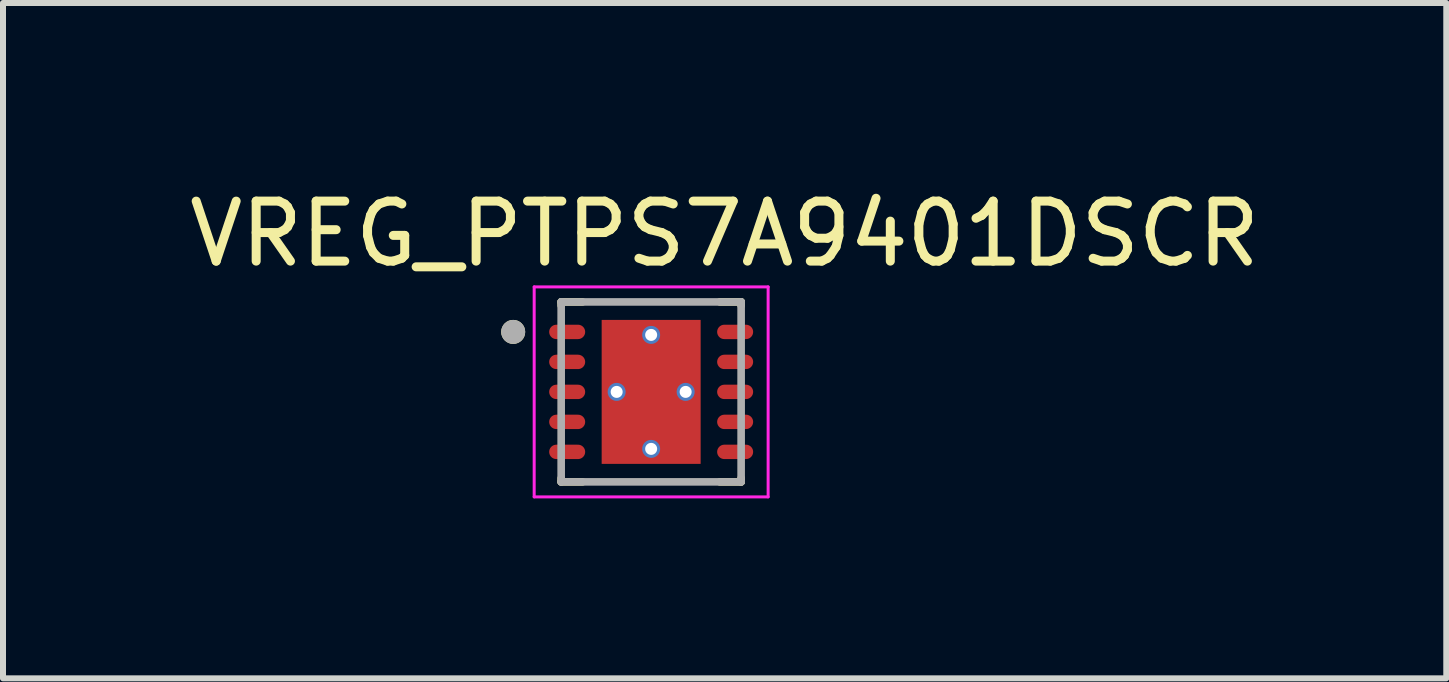
<source format=kicad_pcb>
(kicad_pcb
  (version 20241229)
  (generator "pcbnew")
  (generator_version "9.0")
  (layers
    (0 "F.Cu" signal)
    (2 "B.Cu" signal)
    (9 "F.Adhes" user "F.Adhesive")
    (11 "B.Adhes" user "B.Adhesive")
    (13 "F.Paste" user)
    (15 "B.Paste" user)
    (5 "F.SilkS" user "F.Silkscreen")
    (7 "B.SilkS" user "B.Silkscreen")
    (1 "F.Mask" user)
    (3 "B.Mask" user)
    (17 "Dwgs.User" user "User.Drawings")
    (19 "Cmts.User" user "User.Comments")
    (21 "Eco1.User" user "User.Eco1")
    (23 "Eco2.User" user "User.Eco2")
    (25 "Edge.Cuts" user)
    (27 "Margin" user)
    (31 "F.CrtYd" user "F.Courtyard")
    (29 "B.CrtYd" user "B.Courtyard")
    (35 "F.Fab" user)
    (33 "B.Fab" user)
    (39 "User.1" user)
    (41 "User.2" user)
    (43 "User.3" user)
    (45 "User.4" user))
  (footprint "VREG_PTPS7A9401DSCR"
    (layer "F.Cu")
    (at 7.805 3.483)
    (property "Reference" "VREG_PTPS7A9401DSCR" (at 1.225 -2.635 0) (layer "F.SilkS") (effects (font (size 1 1) (thickness 0.15))))
    (attr smd)
    (fp_poly (pts (xy -0.895 -1.27) (xy 0.895 -1.27) (xy 0.895 1.27) (xy -0.895 1.27)) (stroke (width 0.01) (type solid)) (fill yes) (layer "F.Mask"))
    (fp_poly (pts (xy -1.58 -1.19) (xy -1.22 -1.19) (xy -1.21 -1.19) (xy -1.2 -1.189) (xy -1.19 -1.188) (xy -1.18 -1.186) (xy -1.171 -1.184) (xy -1.161 -1.181) (xy -1.152 -1.177) (xy -1.143 -1.174) (xy -1.134 -1.169) (xy -1.125 -1.165) (xy -1.117 -1.159) (xy -1.108 -1.154) (xy -1.1 -1.148) (xy -1.093 -1.141) (xy -1.086 -1.134) (xy -1.079 -1.127) (xy -1.072 -1.12) (xy -1.066 -1.112) (xy -1.061 -1.103) (xy -1.055 -1.095) (xy -1.051 -1.086) (xy -1.046 -1.077) (xy -1.043 -1.068) (xy -1.039 -1.059) (xy -1.036 -1.049) (xy -1.034 -1.04) (xy -1.032 -1.03) (xy -1.031 -1.02) (xy -1.03 -1.01) (xy -1.03 -1) (xy -1.03 -0.99) (xy -1.031 -0.98) (xy -1.032 -0.97) (xy -1.034 -0.96) (xy -1.036 -0.951) (xy -1.039 -0.941) (xy -1.043 -0.932) (xy -1.046 -0.923) (xy -1.051 -0.914) (xy -1.055 -0.905) (xy -1.061 -0.897) (xy -1.066 -0.888) (xy -1.072 -0.88) (xy -1.079 -0.873) (xy -1.086 -0.866) (xy -1.093 -0.859) (xy -1.1 -0.852) (xy -1.108 -0.846) (xy -1.117 -0.841) (xy -1.125 -0.835) (xy -1.134 -0.831) (xy -1.143 -0.826) (xy -1.152 -0.823) (xy -1.161 -0.819) (xy -1.171 -0.816) (xy -1.18 -0.814) (xy -1.19 -0.812) (xy -1.2 -0.811) (xy -1.21 -0.81) (xy -1.22 -0.81) (xy -1.58 -0.81) (xy -1.59 -0.81) (xy -1.6 -0.811) (xy -1.61 -0.812) (xy -1.62 -0.814) (xy -1.629 -0.816) (xy -1.639 -0.819) (xy -1.648 -0.823) (xy -1.657 -0.826) (xy -1.666 -0.831) (xy -1.675 -0.835) (xy -1.683 -0.841) (xy -1.692 -0.846) (xy -1.7 -0.852) (xy -1.707 -0.859) (xy -1.714 -0.866) (xy -1.721 -0.873) (xy -1.728 -0.88) (xy -1.734 -0.888) (xy -1.739 -0.897) (xy -1.745 -0.905) (xy -1.749 -0.914) (xy -1.754 -0.923) (xy -1.757 -0.932) (xy -1.761 -0.941) (xy -1.764 -0.951) (xy -1.766 -0.96) (xy -1.768 -0.97) (xy -1.769 -0.98) (xy -1.77 -0.99) (xy -1.77 -1) (xy -1.77 -1.01) (xy -1.769 -1.02) (xy -1.768 -1.03) (xy -1.766 -1.04) (xy -1.764 -1.049) (xy -1.761 -1.059) (xy -1.757 -1.068) (xy -1.754 -1.077) (xy -1.749 -1.086) (xy -1.745 -1.095) (xy -1.739 -1.103) (xy -1.734 -1.112) (xy -1.728 -1.12) (xy -1.721 -1.127) (xy -1.714 -1.134) (xy -1.707 -1.141) (xy -1.7 -1.148) (xy -1.692 -1.154) (xy -1.683 -1.159) (xy -1.675 -1.165) (xy -1.666 -1.169) (xy -1.657 -1.174) (xy -1.648 -1.177) (xy -1.639 -1.181) (xy -1.629 -1.184) (xy -1.62 -1.186) (xy -1.61 -1.188) (xy -1.6 -1.189) (xy -1.59 -1.19) (xy -1.58 -1.19)) (stroke (width 0.01) (type solid)) (fill yes) (layer "F.Mask"))
    (fp_poly (pts (xy -1.58 -0.69) (xy -1.22 -0.69) (xy -1.21 -0.69) (xy -1.2 -0.689) (xy -1.19 -0.688) (xy -1.18 -0.686) (xy -1.171 -0.684) (xy -1.161 -0.681) (xy -1.152 -0.677) (xy -1.143 -0.674) (xy -1.134 -0.669) (xy -1.125 -0.665) (xy -1.117 -0.659) (xy -1.108 -0.654) (xy -1.1 -0.648) (xy -1.093 -0.641) (xy -1.086 -0.634) (xy -1.079 -0.627) (xy -1.072 -0.62) (xy -1.066 -0.612) (xy -1.061 -0.603) (xy -1.055 -0.595) (xy -1.051 -0.586) (xy -1.046 -0.577) (xy -1.043 -0.568) (xy -1.039 -0.559) (xy -1.036 -0.549) (xy -1.034 -0.54) (xy -1.032 -0.53) (xy -1.031 -0.52) (xy -1.03 -0.51) (xy -1.03 -0.5) (xy -1.03 -0.49) (xy -1.031 -0.48) (xy -1.032 -0.47) (xy -1.034 -0.46) (xy -1.036 -0.451) (xy -1.039 -0.441) (xy -1.043 -0.432) (xy -1.046 -0.423) (xy -1.051 -0.414) (xy -1.055 -0.405) (xy -1.061 -0.397) (xy -1.066 -0.388) (xy -1.072 -0.38) (xy -1.079 -0.373) (xy -1.086 -0.366) (xy -1.093 -0.359) (xy -1.1 -0.352) (xy -1.108 -0.346) (xy -1.117 -0.341) (xy -1.125 -0.335) (xy -1.134 -0.331) (xy -1.143 -0.326) (xy -1.152 -0.323) (xy -1.161 -0.319) (xy -1.171 -0.316) (xy -1.18 -0.314) (xy -1.19 -0.312) (xy -1.2 -0.311) (xy -1.21 -0.31) (xy -1.22 -0.31) (xy -1.58 -0.31) (xy -1.59 -0.31) (xy -1.6 -0.311) (xy -1.61 -0.312) (xy -1.62 -0.314) (xy -1.629 -0.316) (xy -1.639 -0.319) (xy -1.648 -0.323) (xy -1.657 -0.326) (xy -1.666 -0.331) (xy -1.675 -0.335) (xy -1.683 -0.341) (xy -1.692 -0.346) (xy -1.7 -0.352) (xy -1.707 -0.359) (xy -1.714 -0.366) (xy -1.721 -0.373) (xy -1.728 -0.38) (xy -1.734 -0.388) (xy -1.739 -0.397) (xy -1.745 -0.405) (xy -1.749 -0.414) (xy -1.754 -0.423) (xy -1.757 -0.432) (xy -1.761 -0.441) (xy -1.764 -0.451) (xy -1.766 -0.46) (xy -1.768 -0.47) (xy -1.769 -0.48) (xy -1.77 -0.49) (xy -1.77 -0.5) (xy -1.77 -0.51) (xy -1.769 -0.52) (xy -1.768 -0.53) (xy -1.766 -0.54) (xy -1.764 -0.549) (xy -1.761 -0.559) (xy -1.757 -0.568) (xy -1.754 -0.577) (xy -1.749 -0.586) (xy -1.745 -0.595) (xy -1.739 -0.603) (xy -1.734 -0.612) (xy -1.728 -0.62) (xy -1.721 -0.627) (xy -1.714 -0.634) (xy -1.707 -0.641) (xy -1.7 -0.648) (xy -1.692 -0.654) (xy -1.683 -0.659) (xy -1.675 -0.665) (xy -1.666 -0.669) (xy -1.657 -0.674) (xy -1.648 -0.677) (xy -1.639 -0.681) (xy -1.629 -0.684) (xy -1.62 -0.686) (xy -1.61 -0.688) (xy -1.6 -0.689) (xy -1.59 -0.69) (xy -1.58 -0.69)) (stroke (width 0.01) (type solid)) (fill yes) (layer "F.Mask"))
    (fp_poly (pts (xy -1.58 -0.19) (xy -1.22 -0.19) (xy -1.21 -0.19) (xy -1.2 -0.189) (xy -1.19 -0.188) (xy -1.18 -0.186) (xy -1.171 -0.184) (xy -1.161 -0.181) (xy -1.152 -0.177) (xy -1.143 -0.174) (xy -1.134 -0.169) (xy -1.125 -0.165) (xy -1.117 -0.159) (xy -1.108 -0.154) (xy -1.1 -0.148) (xy -1.093 -0.141) (xy -1.086 -0.134) (xy -1.079 -0.127) (xy -1.072 -0.12) (xy -1.066 -0.112) (xy -1.061 -0.103) (xy -1.055 -0.095) (xy -1.051 -0.086) (xy -1.046 -0.077) (xy -1.043 -0.068) (xy -1.039 -0.059) (xy -1.036 -0.049) (xy -1.034 -0.04) (xy -1.032 -0.03) (xy -1.031 -0.02) (xy -1.03 -0.01) (xy -1.03 0) (xy -1.03 0.01) (xy -1.031 0.02) (xy -1.032 0.03) (xy -1.034 0.04) (xy -1.036 0.049) (xy -1.039 0.059) (xy -1.043 0.068) (xy -1.046 0.077) (xy -1.051 0.086) (xy -1.055 0.095) (xy -1.061 0.103) (xy -1.066 0.112) (xy -1.072 0.12) (xy -1.079 0.127) (xy -1.086 0.134) (xy -1.093 0.141) (xy -1.1 0.148) (xy -1.108 0.154) (xy -1.117 0.159) (xy -1.125 0.165) (xy -1.134 0.169) (xy -1.143 0.174) (xy -1.152 0.177) (xy -1.161 0.181) (xy -1.171 0.184) (xy -1.18 0.186) (xy -1.19 0.188) (xy -1.2 0.189) (xy -1.21 0.19) (xy -1.22 0.19) (xy -1.58 0.19) (xy -1.59 0.19) (xy -1.6 0.189) (xy -1.61 0.188) (xy -1.62 0.186) (xy -1.629 0.184) (xy -1.639 0.181) (xy -1.648 0.177) (xy -1.657 0.174) (xy -1.666 0.169) (xy -1.675 0.165) (xy -1.683 0.159) (xy -1.692 0.154) (xy -1.7 0.148) (xy -1.707 0.141) (xy -1.714 0.134) (xy -1.721 0.127) (xy -1.728 0.12) (xy -1.734 0.112) (xy -1.739 0.103) (xy -1.745 0.095) (xy -1.749 0.086) (xy -1.754 0.077) (xy -1.757 0.068) (xy -1.761 0.059) (xy -1.764 0.049) (xy -1.766 0.04) (xy -1.768 0.03) (xy -1.769 0.02) (xy -1.77 0.01) (xy -1.77 0) (xy -1.77 -0.01) (xy -1.769 -0.02) (xy -1.768 -0.03) (xy -1.766 -0.04) (xy -1.764 -0.049) (xy -1.761 -0.059) (xy -1.757 -0.068) (xy -1.754 -0.077) (xy -1.749 -0.086) (xy -1.745 -0.095) (xy -1.739 -0.103) (xy -1.734 -0.112) (xy -1.728 -0.12) (xy -1.721 -0.127) (xy -1.714 -0.134) (xy -1.707 -0.141) (xy -1.7 -0.148) (xy -1.692 -0.154) (xy -1.683 -0.159) (xy -1.675 -0.165) (xy -1.666 -0.169) (xy -1.657 -0.174) (xy -1.648 -0.177) (xy -1.639 -0.181) (xy -1.629 -0.184) (xy -1.62 -0.186) (xy -1.61 -0.188) (xy -1.6 -0.189) (xy -1.59 -0.19) (xy -1.58 -0.19)) (stroke (width 0.01) (type solid)) (fill yes) (layer "F.Mask"))
    (fp_poly (pts (xy -1.58 0.31) (xy -1.22 0.31) (xy -1.21 0.31) (xy -1.2 0.311) (xy -1.19 0.312) (xy -1.18 0.314) (xy -1.171 0.316) (xy -1.161 0.319) (xy -1.152 0.323) (xy -1.143 0.326) (xy -1.134 0.331) (xy -1.125 0.335) (xy -1.117 0.341) (xy -1.108 0.346) (xy -1.1 0.352) (xy -1.093 0.359) (xy -1.086 0.366) (xy -1.079 0.373) (xy -1.072 0.38) (xy -1.066 0.388) (xy -1.061 0.397) (xy -1.055 0.405) (xy -1.051 0.414) (xy -1.046 0.423) (xy -1.043 0.432) (xy -1.039 0.441) (xy -1.036 0.451) (xy -1.034 0.46) (xy -1.032 0.47) (xy -1.031 0.48) (xy -1.03 0.49) (xy -1.03 0.5) (xy -1.03 0.51) (xy -1.031 0.52) (xy -1.032 0.53) (xy -1.034 0.54) (xy -1.036 0.549) (xy -1.039 0.559) (xy -1.043 0.568) (xy -1.046 0.577) (xy -1.051 0.586) (xy -1.055 0.595) (xy -1.061 0.603) (xy -1.066 0.612) (xy -1.072 0.62) (xy -1.079 0.627) (xy -1.086 0.634) (xy -1.093 0.641) (xy -1.1 0.648) (xy -1.108 0.654) (xy -1.117 0.659) (xy -1.125 0.665) (xy -1.134 0.669) (xy -1.143 0.674) (xy -1.152 0.677) (xy -1.161 0.681) (xy -1.171 0.684) (xy -1.18 0.686) (xy -1.19 0.688) (xy -1.2 0.689) (xy -1.21 0.69) (xy -1.22 0.69) (xy -1.58 0.69) (xy -1.59 0.69) (xy -1.6 0.689) (xy -1.61 0.688) (xy -1.62 0.686) (xy -1.629 0.684) (xy -1.639 0.681) (xy -1.648 0.677) (xy -1.657 0.674) (xy -1.666 0.669) (xy -1.675 0.665) (xy -1.683 0.659) (xy -1.692 0.654) (xy -1.7 0.648) (xy -1.707 0.641) (xy -1.714 0.634) (xy -1.721 0.627) (xy -1.728 0.62) (xy -1.734 0.612) (xy -1.739 0.603) (xy -1.745 0.595) (xy -1.749 0.586) (xy -1.754 0.577) (xy -1.757 0.568) (xy -1.761 0.559) (xy -1.764 0.549) (xy -1.766 0.54) (xy -1.768 0.53) (xy -1.769 0.52) (xy -1.77 0.51) (xy -1.77 0.5) (xy -1.77 0.49) (xy -1.769 0.48) (xy -1.768 0.47) (xy -1.766 0.46) (xy -1.764 0.451) (xy -1.761 0.441) (xy -1.757 0.432) (xy -1.754 0.423) (xy -1.749 0.414) (xy -1.745 0.405) (xy -1.739 0.397) (xy -1.734 0.388) (xy -1.728 0.38) (xy -1.721 0.373) (xy -1.714 0.366) (xy -1.707 0.359) (xy -1.7 0.352) (xy -1.692 0.346) (xy -1.683 0.341) (xy -1.675 0.335) (xy -1.666 0.331) (xy -1.657 0.326) (xy -1.648 0.323) (xy -1.639 0.319) (xy -1.629 0.316) (xy -1.62 0.314) (xy -1.61 0.312) (xy -1.6 0.311) (xy -1.59 0.31) (xy -1.58 0.31)) (stroke (width 0.01) (type solid)) (fill yes) (layer "F.Mask"))
    (fp_poly (pts (xy -1.58 0.81) (xy -1.22 0.81) (xy -1.21 0.81) (xy -1.2 0.811) (xy -1.19 0.812) (xy -1.18 0.814) (xy -1.171 0.816) (xy -1.161 0.819) (xy -1.152 0.823) (xy -1.143 0.826) (xy -1.134 0.831) (xy -1.125 0.835) (xy -1.117 0.841) (xy -1.108 0.846) (xy -1.1 0.852) (xy -1.093 0.859) (xy -1.086 0.866) (xy -1.079 0.873) (xy -1.072 0.88) (xy -1.066 0.888) (xy -1.061 0.897) (xy -1.055 0.905) (xy -1.051 0.914) (xy -1.046 0.923) (xy -1.043 0.932) (xy -1.039 0.941) (xy -1.036 0.951) (xy -1.034 0.96) (xy -1.032 0.97) (xy -1.031 0.98) (xy -1.03 0.99) (xy -1.03 1) (xy -1.03 1.01) (xy -1.031 1.02) (xy -1.032 1.03) (xy -1.034 1.04) (xy -1.036 1.049) (xy -1.039 1.059) (xy -1.043 1.068) (xy -1.046 1.077) (xy -1.051 1.086) (xy -1.055 1.095) (xy -1.061 1.103) (xy -1.066 1.112) (xy -1.072 1.12) (xy -1.079 1.127) (xy -1.086 1.134) (xy -1.093 1.141) (xy -1.1 1.148) (xy -1.108 1.154) (xy -1.117 1.159) (xy -1.125 1.165) (xy -1.134 1.169) (xy -1.143 1.174) (xy -1.152 1.177) (xy -1.161 1.181) (xy -1.171 1.184) (xy -1.18 1.186) (xy -1.19 1.188) (xy -1.2 1.189) (xy -1.21 1.19) (xy -1.22 1.19) (xy -1.58 1.19) (xy -1.59 1.19) (xy -1.6 1.189) (xy -1.61 1.188) (xy -1.62 1.186) (xy -1.629 1.184) (xy -1.639 1.181) (xy -1.648 1.177) (xy -1.657 1.174) (xy -1.666 1.169) (xy -1.675 1.165) (xy -1.683 1.159) (xy -1.692 1.154) (xy -1.7 1.148) (xy -1.707 1.141) (xy -1.714 1.134) (xy -1.721 1.127) (xy -1.728 1.12) (xy -1.734 1.112) (xy -1.739 1.103) (xy -1.745 1.095) (xy -1.749 1.086) (xy -1.754 1.077) (xy -1.757 1.068) (xy -1.761 1.059) (xy -1.764 1.049) (xy -1.766 1.04) (xy -1.768 1.03) (xy -1.769 1.02) (xy -1.77 1.01) (xy -1.77 1) (xy -1.77 0.99) (xy -1.769 0.98) (xy -1.768 0.97) (xy -1.766 0.96) (xy -1.764 0.951) (xy -1.761 0.941) (xy -1.757 0.932) (xy -1.754 0.923) (xy -1.749 0.914) (xy -1.745 0.905) (xy -1.739 0.897) (xy -1.734 0.888) (xy -1.728 0.88) (xy -1.721 0.873) (xy -1.714 0.866) (xy -1.707 0.859) (xy -1.7 0.852) (xy -1.692 0.846) (xy -1.683 0.841) (xy -1.675 0.835) (xy -1.666 0.831) (xy -1.657 0.826) (xy -1.648 0.823) (xy -1.639 0.819) (xy -1.629 0.816) (xy -1.62 0.814) (xy -1.61 0.812) (xy -1.6 0.811) (xy -1.59 0.81) (xy -1.58 0.81)) (stroke (width 0.01) (type solid)) (fill yes) (layer "F.Mask"))
    (fp_poly (pts (xy 1.58 -0.81) (xy 1.22 -0.81) (xy 1.21 -0.81) (xy 1.2 -0.811) (xy 1.19 -0.812) (xy 1.18 -0.814) (xy 1.171 -0.816) (xy 1.161 -0.819) (xy 1.152 -0.823) (xy 1.143 -0.826) (xy 1.134 -0.831) (xy 1.125 -0.835) (xy 1.117 -0.841) (xy 1.108 -0.846) (xy 1.1 -0.852) (xy 1.093 -0.859) (xy 1.086 -0.866) (xy 1.079 -0.873) (xy 1.072 -0.88) (xy 1.066 -0.888) (xy 1.061 -0.897) (xy 1.055 -0.905) (xy 1.051 -0.914) (xy 1.046 -0.923) (xy 1.043 -0.932) (xy 1.039 -0.941) (xy 1.036 -0.951) (xy 1.034 -0.96) (xy 1.032 -0.97) (xy 1.031 -0.98) (xy 1.03 -0.99) (xy 1.03 -1) (xy 1.03 -1.01) (xy 1.031 -1.02) (xy 1.032 -1.03) (xy 1.034 -1.04) (xy 1.036 -1.049) (xy 1.039 -1.059) (xy 1.043 -1.068) (xy 1.046 -1.077) (xy 1.051 -1.086) (xy 1.055 -1.095) (xy 1.061 -1.103) (xy 1.066 -1.112) (xy 1.072 -1.12) (xy 1.079 -1.127) (xy 1.086 -1.134) (xy 1.093 -1.141) (xy 1.1 -1.148) (xy 1.108 -1.154) (xy 1.117 -1.159) (xy 1.125 -1.165) (xy 1.134 -1.169) (xy 1.143 -1.174) (xy 1.152 -1.177) (xy 1.161 -1.181) (xy 1.171 -1.184) (xy 1.18 -1.186) (xy 1.19 -1.188) (xy 1.2 -1.189) (xy 1.21 -1.19) (xy 1.22 -1.19) (xy 1.58 -1.19) (xy 1.59 -1.19) (xy 1.6 -1.189) (xy 1.61 -1.188) (xy 1.62 -1.186) (xy 1.629 -1.184) (xy 1.639 -1.181) (xy 1.648 -1.177) (xy 1.657 -1.174) (xy 1.666 -1.169) (xy 1.675 -1.165) (xy 1.683 -1.159) (xy 1.692 -1.154) (xy 1.7 -1.148) (xy 1.707 -1.141) (xy 1.714 -1.134) (xy 1.721 -1.127) (xy 1.728 -1.12) (xy 1.734 -1.112) (xy 1.739 -1.103) (xy 1.745 -1.095) (xy 1.749 -1.086) (xy 1.754 -1.077) (xy 1.757 -1.068) (xy 1.761 -1.059) (xy 1.764 -1.049) (xy 1.766 -1.04) (xy 1.768 -1.03) (xy 1.769 -1.02) (xy 1.77 -1.01) (xy 1.77 -1) (xy 1.77 -0.99) (xy 1.769 -0.98) (xy 1.768 -0.97) (xy 1.766 -0.96) (xy 1.764 -0.951) (xy 1.761 -0.941) (xy 1.757 -0.932) (xy 1.754 -0.923) (xy 1.749 -0.914) (xy 1.745 -0.905) (xy 1.739 -0.897) (xy 1.734 -0.888) (xy 1.728 -0.88) (xy 1.721 -0.873) (xy 1.714 -0.866) (xy 1.707 -0.859) (xy 1.7 -0.852) (xy 1.692 -0.846) (xy 1.683 -0.841) (xy 1.675 -0.835) (xy 1.666 -0.831) (xy 1.657 -0.826) (xy 1.648 -0.823) (xy 1.639 -0.819) (xy 1.629 -0.816) (xy 1.62 -0.814) (xy 1.61 -0.812) (xy 1.6 -0.811) (xy 1.59 -0.81) (xy 1.58 -0.81)) (stroke (width 0.01) (type solid)) (fill yes) (layer "F.Mask"))
    (fp_poly (pts (xy 1.58 -0.31) (xy 1.22 -0.31) (xy 1.21 -0.31) (xy 1.2 -0.311) (xy 1.19 -0.312) (xy 1.18 -0.314) (xy 1.171 -0.316) (xy 1.161 -0.319) (xy 1.152 -0.323) (xy 1.143 -0.326) (xy 1.134 -0.331) (xy 1.125 -0.335) (xy 1.117 -0.341) (xy 1.108 -0.346) (xy 1.1 -0.352) (xy 1.093 -0.359) (xy 1.086 -0.366) (xy 1.079 -0.373) (xy 1.072 -0.38) (xy 1.066 -0.388) (xy 1.061 -0.397) (xy 1.055 -0.405) (xy 1.051 -0.414) (xy 1.046 -0.423) (xy 1.043 -0.432) (xy 1.039 -0.441) (xy 1.036 -0.451) (xy 1.034 -0.46) (xy 1.032 -0.47) (xy 1.031 -0.48) (xy 1.03 -0.49) (xy 1.03 -0.5) (xy 1.03 -0.51) (xy 1.031 -0.52) (xy 1.032 -0.53) (xy 1.034 -0.54) (xy 1.036 -0.549) (xy 1.039 -0.559) (xy 1.043 -0.568) (xy 1.046 -0.577) (xy 1.051 -0.586) (xy 1.055 -0.595) (xy 1.061 -0.603) (xy 1.066 -0.612) (xy 1.072 -0.62) (xy 1.079 -0.627) (xy 1.086 -0.634) (xy 1.093 -0.641) (xy 1.1 -0.648) (xy 1.108 -0.654) (xy 1.117 -0.659) (xy 1.125 -0.665) (xy 1.134 -0.669) (xy 1.143 -0.674) (xy 1.152 -0.677) (xy 1.161 -0.681) (xy 1.171 -0.684) (xy 1.18 -0.686) (xy 1.19 -0.688) (xy 1.2 -0.689) (xy 1.21 -0.69) (xy 1.22 -0.69) (xy 1.58 -0.69) (xy 1.59 -0.69) (xy 1.6 -0.689) (xy 1.61 -0.688) (xy 1.62 -0.686) (xy 1.629 -0.684) (xy 1.639 -0.681) (xy 1.648 -0.677) (xy 1.657 -0.674) (xy 1.666 -0.669) (xy 1.675 -0.665) (xy 1.683 -0.659) (xy 1.692 -0.654) (xy 1.7 -0.648) (xy 1.707 -0.641) (xy 1.714 -0.634) (xy 1.721 -0.627) (xy 1.728 -0.62) (xy 1.734 -0.612) (xy 1.739 -0.603) (xy 1.745 -0.595) (xy 1.749 -0.586) (xy 1.754 -0.577) (xy 1.757 -0.568) (xy 1.761 -0.559) (xy 1.764 -0.549) (xy 1.766 -0.54) (xy 1.768 -0.53) (xy 1.769 -0.52) (xy 1.77 -0.51) (xy 1.77 -0.5) (xy 1.77 -0.49) (xy 1.769 -0.48) (xy 1.768 -0.47) (xy 1.766 -0.46) (xy 1.764 -0.451) (xy 1.761 -0.441) (xy 1.757 -0.432) (xy 1.754 -0.423) (xy 1.749 -0.414) (xy 1.745 -0.405) (xy 1.739 -0.397) (xy 1.734 -0.388) (xy 1.728 -0.38) (xy 1.721 -0.373) (xy 1.714 -0.366) (xy 1.707 -0.359) (xy 1.7 -0.352) (xy 1.692 -0.346) (xy 1.683 -0.341) (xy 1.675 -0.335) (xy 1.666 -0.331) (xy 1.657 -0.326) (xy 1.648 -0.323) (xy 1.639 -0.319) (xy 1.629 -0.316) (xy 1.62 -0.314) (xy 1.61 -0.312) (xy 1.6 -0.311) (xy 1.59 -0.31) (xy 1.58 -0.31)) (stroke (width 0.01) (type solid)) (fill yes) (layer "F.Mask"))
    (fp_poly (pts (xy 1.58 0.19) (xy 1.22 0.19) (xy 1.21 0.19) (xy 1.2 0.189) (xy 1.19 0.188) (xy 1.18 0.186) (xy 1.171 0.184) (xy 1.161 0.181) (xy 1.152 0.177) (xy 1.143 0.174) (xy 1.134 0.169) (xy 1.125 0.165) (xy 1.117 0.159) (xy 1.108 0.154) (xy 1.1 0.148) (xy 1.093 0.141) (xy 1.086 0.134) (xy 1.079 0.127) (xy 1.072 0.12) (xy 1.066 0.112) (xy 1.061 0.103) (xy 1.055 0.095) (xy 1.051 0.086) (xy 1.046 0.077) (xy 1.043 0.068) (xy 1.039 0.059) (xy 1.036 0.049) (xy 1.034 0.04) (xy 1.032 0.03) (xy 1.031 0.02) (xy 1.03 0.01) (xy 1.03 0) (xy 1.03 -0.01) (xy 1.031 -0.02) (xy 1.032 -0.03) (xy 1.034 -0.04) (xy 1.036 -0.049) (xy 1.039 -0.059) (xy 1.043 -0.068) (xy 1.046 -0.077) (xy 1.051 -0.086) (xy 1.055 -0.095) (xy 1.061 -0.103) (xy 1.066 -0.112) (xy 1.072 -0.12) (xy 1.079 -0.127) (xy 1.086 -0.134) (xy 1.093 -0.141) (xy 1.1 -0.148) (xy 1.108 -0.154) (xy 1.117 -0.159) (xy 1.125 -0.165) (xy 1.134 -0.169) (xy 1.143 -0.174) (xy 1.152 -0.177) (xy 1.161 -0.181) (xy 1.171 -0.184) (xy 1.18 -0.186) (xy 1.19 -0.188) (xy 1.2 -0.189) (xy 1.21 -0.19) (xy 1.22 -0.19) (xy 1.58 -0.19) (xy 1.59 -0.19) (xy 1.6 -0.189) (xy 1.61 -0.188) (xy 1.62 -0.186) (xy 1.629 -0.184) (xy 1.639 -0.181) (xy 1.648 -0.177) (xy 1.657 -0.174) (xy 1.666 -0.169) (xy 1.675 -0.165) (xy 1.683 -0.159) (xy 1.692 -0.154) (xy 1.7 -0.148) (xy 1.707 -0.141) (xy 1.714 -0.134) (xy 1.721 -0.127) (xy 1.728 -0.12) (xy 1.734 -0.112) (xy 1.739 -0.103) (xy 1.745 -0.095) (xy 1.749 -0.086) (xy 1.754 -0.077) (xy 1.757 -0.068) (xy 1.761 -0.059) (xy 1.764 -0.049) (xy 1.766 -0.04) (xy 1.768 -0.03) (xy 1.769 -0.02) (xy 1.77 -0.01) (xy 1.77 0) (xy 1.77 0.01) (xy 1.769 0.02) (xy 1.768 0.03) (xy 1.766 0.04) (xy 1.764 0.049) (xy 1.761 0.059) (xy 1.757 0.068) (xy 1.754 0.077) (xy 1.749 0.086) (xy 1.745 0.095) (xy 1.739 0.103) (xy 1.734 0.112) (xy 1.728 0.12) (xy 1.721 0.127) (xy 1.714 0.134) (xy 1.707 0.141) (xy 1.7 0.148) (xy 1.692 0.154) (xy 1.683 0.159) (xy 1.675 0.165) (xy 1.666 0.169) (xy 1.657 0.174) (xy 1.648 0.177) (xy 1.639 0.181) (xy 1.629 0.184) (xy 1.62 0.186) (xy 1.61 0.188) (xy 1.6 0.189) (xy 1.59 0.19) (xy 1.58 0.19)) (stroke (width 0.01) (type solid)) (fill yes) (layer "F.Mask"))
    (fp_poly (pts (xy 1.58 0.69) (xy 1.22 0.69) (xy 1.21 0.69) (xy 1.2 0.689) (xy 1.19 0.688) (xy 1.18 0.686) (xy 1.171 0.684) (xy 1.161 0.681) (xy 1.152 0.677) (xy 1.143 0.674) (xy 1.134 0.669) (xy 1.125 0.665) (xy 1.117 0.659) (xy 1.108 0.654) (xy 1.1 0.648) (xy 1.093 0.641) (xy 1.086 0.634) (xy 1.079 0.627) (xy 1.072 0.62) (xy 1.066 0.612) (xy 1.061 0.603) (xy 1.055 0.595) (xy 1.051 0.586) (xy 1.046 0.577) (xy 1.043 0.568) (xy 1.039 0.559) (xy 1.036 0.549) (xy 1.034 0.54) (xy 1.032 0.53) (xy 1.031 0.52) (xy 1.03 0.51) (xy 1.03 0.5) (xy 1.03 0.49) (xy 1.031 0.48) (xy 1.032 0.47) (xy 1.034 0.46) (xy 1.036 0.451) (xy 1.039 0.441) (xy 1.043 0.432) (xy 1.046 0.423) (xy 1.051 0.414) (xy 1.055 0.405) (xy 1.061 0.397) (xy 1.066 0.388) (xy 1.072 0.38) (xy 1.079 0.373) (xy 1.086 0.366) (xy 1.093 0.359) (xy 1.1 0.352) (xy 1.108 0.346) (xy 1.117 0.341) (xy 1.125 0.335) (xy 1.134 0.331) (xy 1.143 0.326) (xy 1.152 0.323) (xy 1.161 0.319) (xy 1.171 0.316) (xy 1.18 0.314) (xy 1.19 0.312) (xy 1.2 0.311) (xy 1.21 0.31) (xy 1.22 0.31) (xy 1.58 0.31) (xy 1.59 0.31) (xy 1.6 0.311) (xy 1.61 0.312) (xy 1.62 0.314) (xy 1.629 0.316) (xy 1.639 0.319) (xy 1.648 0.323) (xy 1.657 0.326) (xy 1.666 0.331) (xy 1.675 0.335) (xy 1.683 0.341) (xy 1.692 0.346) (xy 1.7 0.352) (xy 1.707 0.359) (xy 1.714 0.366) (xy 1.721 0.373) (xy 1.728 0.38) (xy 1.734 0.388) (xy 1.739 0.397) (xy 1.745 0.405) (xy 1.749 0.414) (xy 1.754 0.423) (xy 1.757 0.432) (xy 1.761 0.441) (xy 1.764 0.451) (xy 1.766 0.46) (xy 1.768 0.47) (xy 1.769 0.48) (xy 1.77 0.49) (xy 1.77 0.5) (xy 1.77 0.51) (xy 1.769 0.52) (xy 1.768 0.53) (xy 1.766 0.54) (xy 1.764 0.549) (xy 1.761 0.559) (xy 1.757 0.568) (xy 1.754 0.577) (xy 1.749 0.586) (xy 1.745 0.595) (xy 1.739 0.603) (xy 1.734 0.612) (xy 1.728 0.62) (xy 1.721 0.627) (xy 1.714 0.634) (xy 1.707 0.641) (xy 1.7 0.648) (xy 1.692 0.654) (xy 1.683 0.659) (xy 1.675 0.665) (xy 1.666 0.669) (xy 1.657 0.674) (xy 1.648 0.677) (xy 1.639 0.681) (xy 1.629 0.684) (xy 1.62 0.686) (xy 1.61 0.688) (xy 1.6 0.689) (xy 1.59 0.69) (xy 1.58 0.69)) (stroke (width 0.01) (type solid)) (fill yes) (layer "F.Mask"))
    (fp_poly (pts (xy 1.58 1.19) (xy 1.22 1.19) (xy 1.21 1.19) (xy 1.2 1.189) (xy 1.19 1.188) (xy 1.18 1.186) (xy 1.171 1.184) (xy 1.161 1.181) (xy 1.152 1.177) (xy 1.143 1.174) (xy 1.134 1.169) (xy 1.125 1.165) (xy 1.117 1.159) (xy 1.108 1.154) (xy 1.1 1.148) (xy 1.093 1.141) (xy 1.086 1.134) (xy 1.079 1.127) (xy 1.072 1.12) (xy 1.066 1.112) (xy 1.061 1.103) (xy 1.055 1.095) (xy 1.051 1.086) (xy 1.046 1.077) (xy 1.043 1.068) (xy 1.039 1.059) (xy 1.036 1.049) (xy 1.034 1.04) (xy 1.032 1.03) (xy 1.031 1.02) (xy 1.03 1.01) (xy 1.03 1) (xy 1.03 0.99) (xy 1.031 0.98) (xy 1.032 0.97) (xy 1.034 0.96) (xy 1.036 0.951) (xy 1.039 0.941) (xy 1.043 0.932) (xy 1.046 0.923) (xy 1.051 0.914) (xy 1.055 0.905) (xy 1.061 0.897) (xy 1.066 0.888) (xy 1.072 0.88) (xy 1.079 0.873) (xy 1.086 0.866) (xy 1.093 0.859) (xy 1.1 0.852) (xy 1.108 0.846) (xy 1.117 0.841) (xy 1.125 0.835) (xy 1.134 0.831) (xy 1.143 0.826) (xy 1.152 0.823) (xy 1.161 0.819) (xy 1.171 0.816) (xy 1.18 0.814) (xy 1.19 0.812) (xy 1.2 0.811) (xy 1.21 0.81) (xy 1.22 0.81) (xy 1.58 0.81) (xy 1.59 0.81) (xy 1.6 0.811) (xy 1.61 0.812) (xy 1.62 0.814) (xy 1.629 0.816) (xy 1.639 0.819) (xy 1.648 0.823) (xy 1.657 0.826) (xy 1.666 0.831) (xy 1.675 0.835) (xy 1.683 0.841) (xy 1.692 0.846) (xy 1.7 0.852) (xy 1.707 0.859) (xy 1.714 0.866) (xy 1.721 0.873) (xy 1.728 0.88) (xy 1.734 0.888) (xy 1.739 0.897) (xy 1.745 0.905) (xy 1.749 0.914) (xy 1.754 0.923) (xy 1.757 0.932) (xy 1.761 0.941) (xy 1.764 0.951) (xy 1.766 0.96) (xy 1.768 0.97) (xy 1.769 0.98) (xy 1.77 0.99) (xy 1.77 1) (xy 1.77 1.01) (xy 1.769 1.02) (xy 1.768 1.03) (xy 1.766 1.04) (xy 1.764 1.049) (xy 1.761 1.059) (xy 1.757 1.068) (xy 1.754 1.077) (xy 1.749 1.086) (xy 1.745 1.095) (xy 1.739 1.103) (xy 1.734 1.112) (xy 1.728 1.12) (xy 1.721 1.127) (xy 1.714 1.134) (xy 1.707 1.141) (xy 1.7 1.148) (xy 1.692 1.154) (xy 1.683 1.159) (xy 1.675 1.165) (xy 1.666 1.169) (xy 1.657 1.174) (xy 1.648 1.177) (xy 1.639 1.181) (xy 1.629 1.184) (xy 1.62 1.186) (xy 1.61 1.188) (xy 1.6 1.189) (xy 1.59 1.19) (xy 1.58 1.19)) (stroke (width 0.01) (type solid)) (fill yes) (layer "F.Mask"))
    (fp_line (start -1.5 -1.5) (end -1.145 -1.5) (stroke (width 0.127) (type solid)) (layer "F.SilkS"))
    (fp_line (start -1.5 -1.44) (end -1.5 -1.5) (stroke (width 0.127) (type solid)) (layer "F.SilkS"))
    (fp_line (start -1.5 1.5) (end -1.5 1.44) (stroke (width 0.127) (type solid)) (layer "F.SilkS"))
    (fp_line (start -1.145 1.5) (end -1.5 1.5) (stroke (width 0.127) (type solid)) (layer "F.SilkS"))
    (fp_line (start 1.145 -1.5) (end 1.5 -1.5) (stroke (width 0.127) (type solid)) (layer "F.SilkS"))
    (fp_line (start 1.5 -1.5) (end 1.5 -1.44) (stroke (width 0.127) (type solid)) (layer "F.SilkS"))
    (fp_line (start 1.5 1.5) (end 1.145 1.5) (stroke (width 0.127) (type solid)) (layer "F.SilkS"))
    (fp_line (start 1.5 1.5) (end 1.5 1.44) (stroke (width 0.127) (type solid)) (layer "F.SilkS"))
    (fp_circle (center -2.3 -1) (end -2.2 -1) (stroke (width 0.2) (type solid)) (fill no) (layer "F.SilkS"))
    (fp_poly (pts (xy -0.75 -1.16) (xy 0.75 -1.16) (xy 0.75 -0.1) (xy -0.75 -0.1)) (stroke (width 0.01) (type solid)) (fill yes) (layer "F.Paste"))
    (fp_poly (pts (xy -0.75 0.1) (xy 0.75 0.1) (xy 0.75 1.16) (xy -0.75 1.16)) (stroke (width 0.01) (type solid)) (fill yes) (layer "F.Paste"))
    (fp_line (start -1.95 -1.75) (end -1.95 1.75) (stroke (width 0.05) (type solid)) (layer "F.CrtYd"))
    (fp_line (start -1.95 1.75) (end 1.95 1.75) (stroke (width 0.05) (type solid)) (layer "F.CrtYd"))
    (fp_line (start 1.95 -1.75) (end -1.95 -1.75) (stroke (width 0.05) (type solid)) (layer "F.CrtYd"))
    (fp_line (start 1.95 1.75) (end 1.95 -1.75) (stroke (width 0.05) (type solid)) (layer "F.CrtYd"))
    (fp_line (start -1.5 -1.5) (end 1.5 -1.5) (stroke (width 0.127) (type solid)) (layer "F.Fab"))
    (fp_line (start -1.5 1.5) (end -1.5 -1.5) (stroke (width 0.127) (type solid)) (layer "F.Fab"))
    (fp_line (start 1.5 -1.5) (end 1.5 1.5) (stroke (width 0.127) (type solid)) (layer "F.Fab"))
    (fp_line (start 1.5 1.5) (end -1.5 1.5) (stroke (width 0.127) (type solid)) (layer "F.Fab"))
    (fp_circle (center -2.3 -1) (end -2.2 -1) (stroke (width 0.2) (type solid)) (fill no) (layer "F.Fab"))
    (pad "1" smd oval (at -1.4 -1) (size 0.6 0.24) (layers "F.Cu" "F.Paste"))
    (pad "2" smd oval (at -1.4 -0.5) (size 0.6 0.24) (layers "F.Cu" "F.Paste"))
    (pad "3" smd oval (at -1.4 0) (size 0.6 0.24) (layers "F.Cu" "F.Paste"))
    (pad "4" smd oval (at -1.4 0.5) (size 0.6 0.24) (layers "F.Cu" "F.Paste"))
    (pad "5" smd oval (at -1.4 1) (size 0.6 0.24) (layers "F.Cu" "F.Paste"))
    (pad "6" smd oval (at 1.4 1) (size 0.6 0.24) (layers "F.Cu" "F.Paste"))
    (pad "7" smd oval (at 1.4 0.5) (size 0.6 0.24) (layers "F.Cu" "F.Paste"))
    (pad "8" smd oval (at 1.4 0) (size 0.6 0.24) (layers "F.Cu" "F.Paste"))
    (pad "9" smd oval (at 1.4 -0.5) (size 0.6 0.24) (layers "F.Cu" "F.Paste"))
    (pad "10" smd oval (at 1.4 -1) (size 0.6 0.24) (layers "F.Cu" "F.Paste"))
    (pad "11" smd rect (at 0 0) (size 1.65 2.4) (layers "F.Cu"))
    (pad "12" thru_hole circle (at 0 -0.95) (size 0.3 0.3) (drill 0.2) (layers "*.Cu"))
    (pad "13" thru_hole circle (at -0.575 0) (size 0.3 0.3) (drill 0.2) (layers "*.Cu"))
    (pad "14" thru_hole circle (at 0.575 0) (size 0.3 0.3) (drill 0.2) (layers "*.Cu"))
    (pad "15" thru_hole circle (at 0 0.95) (size 0.3 0.3) (drill 0.2) (layers "*.Cu")))
  (gr_rect
    (start -3 -3)
    (end 21.06 8.258)
    (stroke (width 0.1) (type default))
    (fill no)
    (layer "Edge.Cuts")))
</source>
